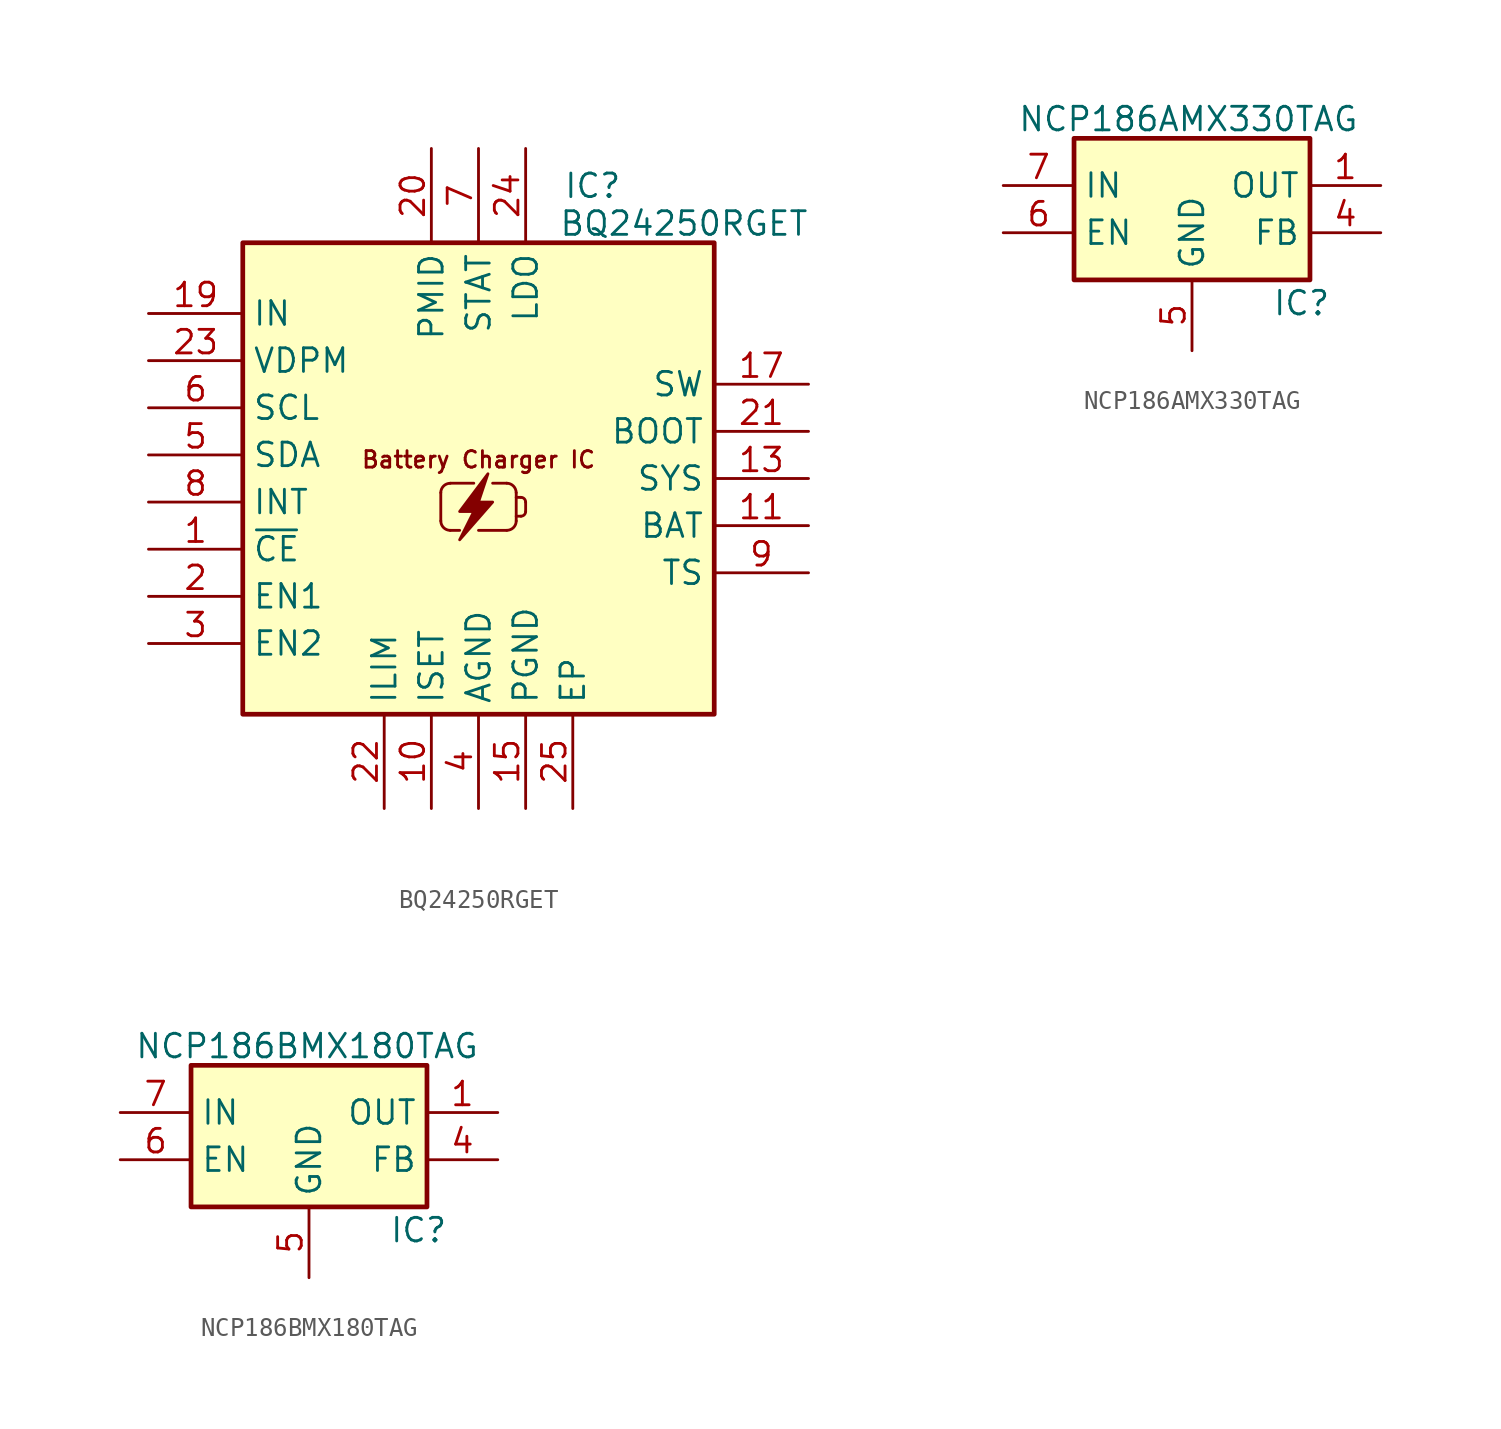
<source format=kicad_sym>
(kicad_symbol_lib
  (version 20231120)
  (generator "kicad_symbol_editor")
  (generator_version "8.0")
  (symbol "BQ24250RGET"
    (property "Reference" "IC"
      (at 4.572 16.51 0)
      (effects (font (size 1.27 1.27)) (justify left top)))
    (property "Value" "BQ24250RGET"
      (at 4.318 14.478 0)
      (effects (font (size 1.27 1.27)) (justify left top)))
    (symbol "BQ24250RGET_0_1"
      (arc (start -2.032 -2.286) (mid -1.8832 -2.6452) (end -1.524 -2.794) (stroke (width 0) (type default)) (fill (type none)))
      (arc (start -1.524 -0.254) (mid -1.8832 -0.4028) (end -2.032 -0.762) (stroke (width 0) (type default)) (fill (type none)))
      (polyline (pts (xy -2.032 -0.762) (xy -2.032 -2.286)) (stroke (width 0) (type default)) (fill (type none)))
      (polyline (pts (xy -1.524 -2.794) (xy -1.016 -2.794)) (stroke (width 0) (type default)) (fill (type none)))
      (polyline (pts (xy -1.524 -0.254) (xy -0.254 -0.254)) (stroke (width 0) (type default)) (fill (type none)))
      (polyline (pts (xy 1.524 -2.794) (xy 0 -2.794)) (stroke (width 0) (type default)) (fill (type none)))
      (polyline (pts (xy 1.524 -0.254) (xy 0.762 -0.254)) (stroke (width 0) (type default)) (fill (type none)))
      (polyline (pts (xy 2.032 -2.286) (xy 2.032 -0.762)) (stroke (width 0) (type default)) (fill (type none)))
      (polyline (pts (xy 2.286 -2.032) (xy 2.032 -2.032)) (stroke (width 0) (type default)) (fill (type none)))
      (polyline (pts (xy 2.286 -1.016) (xy 2.032 -1.016)) (stroke (width 0) (type default)) (fill (type none)))
      (polyline (pts (xy 2.54 -1.778) (xy 2.54 -1.27)) (stroke (width 0) (type default)) (fill (type none)))
      (polyline (pts (xy 12.7 -3.81) (xy 12.7 -11.43)) (stroke (width 0) (type default)) (fill (type none)))
      (polyline (pts (xy 0 -1.27) (xy 0.762 -1.27) (xy -1.016 -3.302) (xy -0.254 -1.778) (xy -1.016 -1.778) (xy 0.508 0.254) (xy 0 -1.27)) (stroke (width 0) (type default)) (fill (type outline)))
      (arc (start 1.524 -2.794) (mid 1.8852 -2.646) (end 2.032 -2.286) (stroke (width 0) (type default)) (fill (type none)))
      (arc (start 2.032 -0.762) (mid 1.8824 -0.4048) (end 1.524 -0.254) (stroke (width 0) (type default)) (fill (type none)))
      (arc (start 2.286 -2.032) (mid 2.4656 -1.9576) (end 2.54 -1.778) (stroke (width 0) (type default)) (fill (type none)))
      (arc (start 2.54 -1.27) (mid 2.4656 -1.0904) (end 2.286 -1.016) (stroke (width 0) (type default)) (fill (type none))))
    (symbol "BQ24250RGET_1_1"
      (rectangle (start -12.7 12.7) (end 12.7 -12.7) (stroke (width 0.254) (type default)) (fill (type background)))
      (text "Battery Charger IC" (at 0 1.016 0) (effects (font (size 0.889 0.889))))
      (pin passive line (at -17.78 -3.81 0) (length 5.08) (name "~{CE}" (effects (font (size 1.27 1.27)))) (number "1" (effects (font (size 1.27 1.27)))))
      (pin passive line (at -2.54 -17.78 90) (length 5.08) (name "ISET" (effects (font (size 1.27 1.27)))) (number "10" (effects (font (size 1.27 1.27)))))
      (pin passive line (at 17.78 -2.54 180) (length 5.08) (name "BAT" (effects (font (size 1.27 1.27)))) (number "11" (effects (font (size 1.27 1.27)))))
      (pin passive line (at 17.78 -2.54 180) (length 5.08) hide (name "BAT" (effects (font (size 1.27 1.27)))) (number "12" (effects (font (size 1.27 1.27)))))
      (pin passive line (at 17.78 0 180) (length 5.08) (name "SYS" (effects (font (size 1.27 1.27)))) (number "13" (effects (font (size 1.27 1.27)))))
      (pin passive line (at 17.78 0 180) (length 5.08) hide (name "SYS" (effects (font (size 1.27 1.27)))) (number "14" (effects (font (size 1.27 1.27)))))
      (pin passive line (at 2.54 -17.78 90) (length 5.08) (name "PGND" (effects (font (size 1.27 1.27)))) (number "15" (effects (font (size 1.27 1.27)))))
      (pin passive line (at 2.54 -17.78 90) (length 5.08) hide (name "PGND" (effects (font (size 1.27 1.27)))) (number "16" (effects (font (size 1.27 1.27)))))
      (pin passive line (at 17.78 5.08 180) (length 5.08) (name "SW" (effects (font (size 1.27 1.27)))) (number "17" (effects (font (size 1.27 1.27)))))
      (pin passive line (at 17.78 5.08 180) (length 5.08) hide (name "SW" (effects (font (size 1.27 1.27)))) (number "18" (effects (font (size 1.27 1.27)))))
      (pin passive line (at -17.78 8.89 0) (length 5.08) (name "IN" (effects (font (size 1.27 1.27)))) (number "19" (effects (font (size 1.27 1.27)))))
      (pin passive line (at -17.78 -6.35 0) (length 5.08) (name "EN1" (effects (font (size 1.27 1.27)))) (number "2" (effects (font (size 1.27 1.27)))))
      (pin passive line (at -2.54 17.78 270) (length 5.08) (name "PMID" (effects (font (size 1.27 1.27)))) (number "20" (effects (font (size 1.27 1.27)))))
      (pin passive line (at 17.78 2.54 180) (length 5.08) (name "BOOT" (effects (font (size 1.27 1.27)))) (number "21" (effects (font (size 1.27 1.27)))))
      (pin passive line (at -5.08 -17.78 90) (length 5.08) (name "ILIM" (effects (font (size 1.27 1.27)))) (number "22" (effects (font (size 1.27 1.27)))))
      (pin passive line (at -17.78 6.35 0) (length 5.08) (name "VDPM" (effects (font (size 1.27 1.27)))) (number "23" (effects (font (size 1.27 1.27)))))
      (pin passive line (at 2.54 17.78 270) (length 5.08) (name "LDO" (effects (font (size 1.27 1.27)))) (number "24" (effects (font (size 1.27 1.27)))))
      (pin passive line (at 5.08 -17.78 90) (length 5.08) (name "EP" (effects (font (size 1.27 1.27)))) (number "25" (effects (font (size 1.27 1.27)))))
      (pin passive line (at -17.78 -8.89 0) (length 5.08) (name "EN2" (effects (font (size 1.27 1.27)))) (number "3" (effects (font (size 1.27 1.27)))))
      (pin passive line (at 0 -17.78 90) (length 5.08) (name "AGND" (effects (font (size 1.27 1.27)))) (number "4" (effects (font (size 1.27 1.27)))))
      (pin passive line (at -17.78 1.27 0) (length 5.08) (name "SDA" (effects (font (size 1.27 1.27)))) (number "5" (effects (font (size 1.27 1.27)))))
      (pin passive line (at -17.78 3.81 0) (length 5.08) (name "SCL" (effects (font (size 1.27 1.27)))) (number "6" (effects (font (size 1.27 1.27)))))
      (pin passive line (at 0 17.78 270) (length 5.08) (name "STAT" (effects (font (size 1.27 1.27)))) (number "7" (effects (font (size 1.27 1.27)))))
      (pin passive line (at -17.78 -1.27 0) (length 5.08) (name "INT" (effects (font (size 1.27 1.27)))) (number "8" (effects (font (size 1.27 1.27)))))
      (pin passive line (at 17.78 -5.08 180) (length 5.08) (name "TS" (effects (font (size 1.27 1.27)))) (number "9" (effects (font (size 1.27 1.27)))))))
  (symbol "NCP186AMX330TAG"
    (property "Reference" "IC"
      (at 4.318 -4.318 0)
      (effects (font (size 1.27 1.27)) (justify left top)))
    (property "Value" "NCP186AMX330TAG"
      (at -9.398 5.588 0)
      (effects (font (size 1.27 1.27)) (justify left top)))
    (symbol "NCP186AMX330TAG_1_1"
      (rectangle (start -6.35 3.81) (end 6.35 -3.81) (stroke (width 0.254) (type default)) (fill (type background)))
      (pin output line (at 10.16 1.27 180) (length 3.81) (name "OUT" (effects (font (size 1.27 1.27)))) (number "1" (effects (font (size 1.27 1.27)))))
      (pin output line (at 10.16 1.27 180) (length 3.81) hide (name "OUT" (effects (font (size 1.27 1.27)))) (number "2" (effects (font (size 1.27 1.27)))))
      (pin power_in line (at 0 -7.62 90) (length 3.81) hide (name "NC" (effects (font (size 1.27 1.27)))) (number "3" (effects (font (size 1.27 1.27)))))
      (pin input line (at 10.16 -1.27 180) (length 3.81) (name "FB" (effects (font (size 1.27 1.27)))) (number "4" (effects (font (size 1.27 1.27)))))
      (pin power_in line (at 0 -7.62 90) (length 3.81) (name "GND" (effects (font (size 1.27 1.27)))) (number "5" (effects (font (size 1.27 1.27)))))
      (pin input line (at -10.16 -1.27 0) (length 3.81) (name "EN" (effects (font (size 1.27 1.27)))) (number "6" (effects (font (size 1.27 1.27)))))
      (pin input line (at -10.16 1.27 0) (length 3.81) (name "IN" (effects (font (size 1.27 1.27)))) (number "7" (effects (font (size 1.27 1.27)))))
      (pin input line (at -10.16 1.27 0) (length 3.81) hide (name "IN" (effects (font (size 1.27 1.27)))) (number "8" (effects (font (size 1.27 1.27)))))
      (pin power_in line (at 0 -7.62 90) (length 3.81) hide (name "EPAD" (effects (font (size 1.27 1.27)))) (number "9" (effects (font (size 1.27 1.27)))))))
  (symbol "NCP186BMX180TAG"
    (property "Reference" "IC"
      (at 4.318 -4.318 0)
      (effects (font (size 1.27 1.27)) (justify left top)))
    (property "Value" "NCP186BMX180TAG"
      (at -9.398 5.588 0)
      (effects (font (size 1.27 1.27)) (justify left top)))
    (symbol "NCP186BMX180TAG_1_1"
      (rectangle (start -6.35 3.81) (end 6.35 -3.81) (stroke (width 0.254) (type default)) (fill (type background)))
      (pin output line (at 10.16 1.27 180) (length 3.81) (name "OUT" (effects (font (size 1.27 1.27)))) (number "1" (effects (font (size 1.27 1.27)))))
      (pin output line (at 10.16 1.27 180) (length 3.81) hide (name "OUT" (effects (font (size 1.27 1.27)))) (number "2" (effects (font (size 1.27 1.27)))))
      (pin power_in line (at 0 -7.62 90) (length 3.81) hide (name "NC" (effects (font (size 1.27 1.27)))) (number "3" (effects (font (size 1.27 1.27)))))
      (pin input line (at 10.16 -1.27 180) (length 3.81) (name "FB" (effects (font (size 1.27 1.27)))) (number "4" (effects (font (size 1.27 1.27)))))
      (pin power_in line (at 0 -7.62 90) (length 3.81) (name "GND" (effects (font (size 1.27 1.27)))) (number "5" (effects (font (size 1.27 1.27)))))
      (pin input line (at -10.16 -1.27 0) (length 3.81) (name "EN" (effects (font (size 1.27 1.27)))) (number "6" (effects (font (size 1.27 1.27)))))
      (pin input line (at -10.16 1.27 0) (length 3.81) (name "IN" (effects (font (size 1.27 1.27)))) (number "7" (effects (font (size 1.27 1.27)))))
      (pin input line (at -10.16 1.27 0) (length 3.81) hide (name "IN" (effects (font (size 1.27 1.27)))) (number "8" (effects (font (size 1.27 1.27)))))
      (pin power_in line (at 0 -7.62 90) (length 3.81) hide (name "EPAD" (effects (font (size 1.27 1.27)))) (number "9" (effects (font (size 1.27 1.27))))))))
</source>
